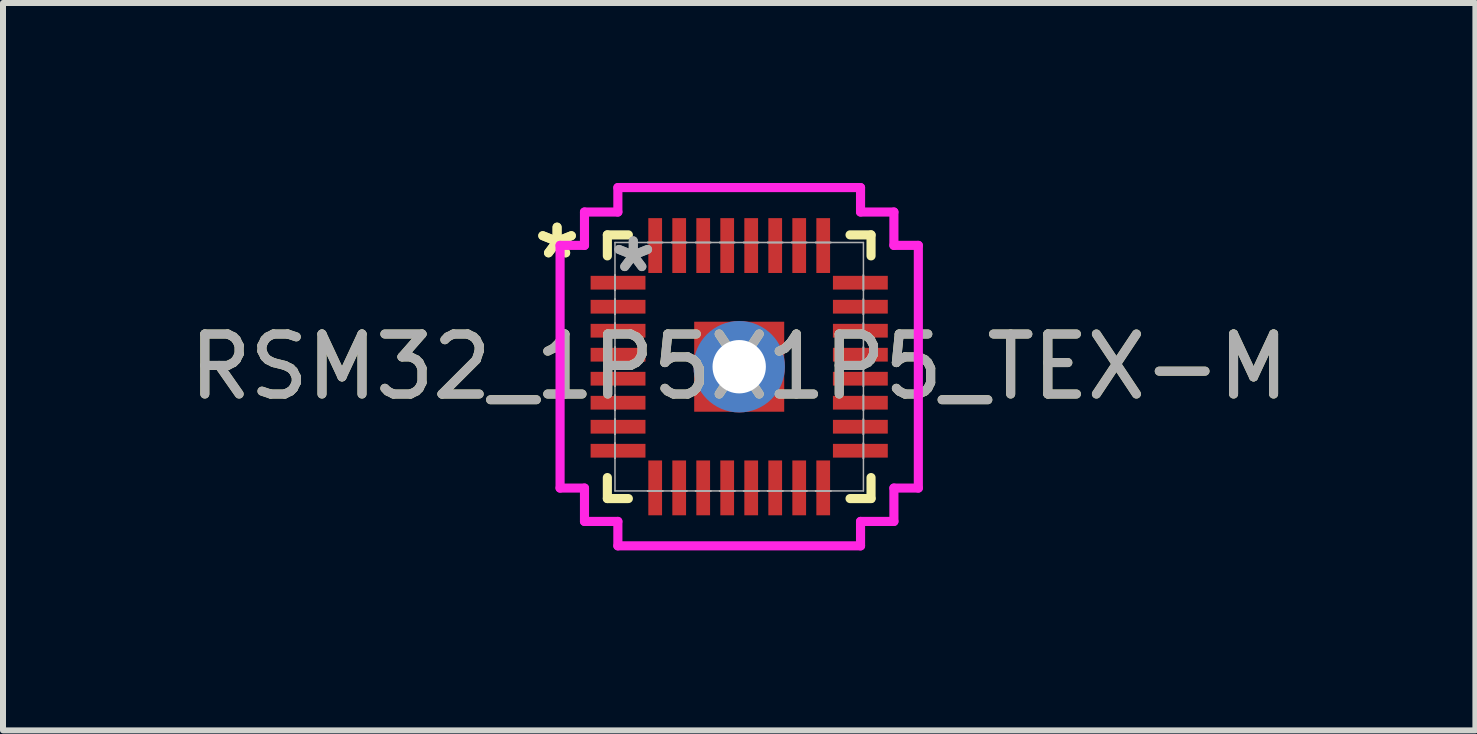
<source format=kicad_pcb>
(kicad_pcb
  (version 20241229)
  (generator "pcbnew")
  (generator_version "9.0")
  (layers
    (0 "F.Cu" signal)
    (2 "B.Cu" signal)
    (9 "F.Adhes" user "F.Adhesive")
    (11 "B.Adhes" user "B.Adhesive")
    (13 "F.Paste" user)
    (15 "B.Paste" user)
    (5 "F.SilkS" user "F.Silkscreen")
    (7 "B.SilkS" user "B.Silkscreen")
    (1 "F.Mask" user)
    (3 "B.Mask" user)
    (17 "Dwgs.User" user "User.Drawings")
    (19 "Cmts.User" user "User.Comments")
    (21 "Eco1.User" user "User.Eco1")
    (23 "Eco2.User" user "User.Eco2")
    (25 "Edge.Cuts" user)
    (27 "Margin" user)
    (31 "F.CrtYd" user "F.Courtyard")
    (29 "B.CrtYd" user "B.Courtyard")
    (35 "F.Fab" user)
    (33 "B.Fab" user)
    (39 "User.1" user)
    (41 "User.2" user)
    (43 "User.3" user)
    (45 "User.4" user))
  (footprint "RSM32_1P5X1P5_TEX-M"
    (layer "F.Cu")
    (at 9.268 3.061)
    (property "Reference" "RSM32_1P5X1P5_TEX-M" (at 0 0 0) (unlocked yes) (layer "F.SilkS") (effects (font (size 1 1) (thickness 0.15))))
    (attr smd)
    (fp_poly (pts (xy -0.814 -0.814) (xy -0.2 -0.814) (xy -0.2 0.814) (xy -0.814 0.814)) (stroke (width 0) (type solid)) (fill yes) (layer "F.Mask"))
    (fp_poly (pts (xy -0.814 -0.814) (xy 0.814 -0.814) (xy 0.814 -0.2) (xy -0.814 -0.2)) (stroke (width 0) (type solid)) (fill yes) (layer "F.Mask"))
    (fp_poly (pts (xy -0.814 0.2) (xy 0.814 0.2) (xy 0.814 0.814) (xy -0.814 0.814)) (stroke (width 0) (type solid)) (fill yes) (layer "F.Mask"))
    (fp_poly (pts (xy 0.2 -0.814) (xy 0.814 -0.814) (xy 0.814 0.814) (xy 0.2 0.814)) (stroke (width 0) (type solid)) (fill yes) (layer "F.Mask"))
    (fp_line (start -2.197 -2.197) (end -2.197 -1.847) (stroke (width 0.152) (type solid)) (layer "F.SilkS"))
    (fp_line (start -2.197 1.847) (end -2.197 2.197) (stroke (width 0.152) (type solid)) (layer "F.SilkS"))
    (fp_line (start -2.197 2.197) (end -1.847 2.197) (stroke (width 0.152) (type solid)) (layer "F.SilkS"))
    (fp_line (start -1.847 -2.197) (end -2.197 -2.197) (stroke (width 0.152) (type solid)) (layer "F.SilkS"))
    (fp_line (start 1.847 2.197) (end 2.197 2.197) (stroke (width 0.152) (type solid)) (layer "F.SilkS"))
    (fp_line (start 2.197 -2.197) (end 1.847 -2.197) (stroke (width 0.152) (type solid)) (layer "F.SilkS"))
    (fp_line (start 2.197 -1.847) (end 2.197 -2.197) (stroke (width 0.152) (type solid)) (layer "F.SilkS"))
    (fp_line (start 2.197 2.197) (end 2.197 1.847) (stroke (width 0.152) (type solid)) (layer "F.SilkS"))
    (fp_poly (pts (xy -0.675 -0.675) (xy -0.675 -0.1) (xy -0.241 -0.1) (xy -0.1 -0.241) (xy -0.1 -0.675)) (stroke (width 0) (type solid)) (fill yes) (layer "F.Paste"))
    (fp_poly (pts (xy -0.675 0.1) (xy -0.675 0.675) (xy -0.1 0.675) (xy -0.1 0.241) (xy -0.241 0.1)) (stroke (width 0) (type solid)) (fill yes) (layer "F.Paste"))
    (fp_poly (pts (xy 0.1 -0.675) (xy 0.1 -0.241) (xy 0.241 -0.1) (xy 0.675 -0.1) (xy 0.675 -0.675)) (stroke (width 0) (type solid)) (fill yes) (layer "F.Paste"))
    (fp_poly (pts (xy 0.241 0.1) (xy 0.1 0.241) (xy 0.1 0.675) (xy 0.675 0.675) (xy 0.675 0.1)) (stroke (width 0) (type solid)) (fill yes) (layer "F.Paste"))
    (fp_line (start -2.985 -2.022) (end -2.578 -2.022) (stroke (width 0.152) (type solid)) (layer "F.CrtYd"))
    (fp_line (start -2.985 2.022) (end -2.985 -2.022) (stroke (width 0.152) (type solid)) (layer "F.CrtYd"))
    (fp_line (start -2.578 -2.578) (end -2.022 -2.578) (stroke (width 0.152) (type solid)) (layer "F.CrtYd"))
    (fp_line (start -2.578 -2.022) (end -2.578 -2.578) (stroke (width 0.152) (type solid)) (layer "F.CrtYd"))
    (fp_line (start -2.578 2.022) (end -2.985 2.022) (stroke (width 0.152) (type solid)) (layer "F.CrtYd"))
    (fp_line (start -2.578 2.578) (end -2.578 2.022) (stroke (width 0.152) (type solid)) (layer "F.CrtYd"))
    (fp_line (start -2.022 -2.985) (end 2.022 -2.985) (stroke (width 0.152) (type solid)) (layer "F.CrtYd"))
    (fp_line (start -2.022 -2.578) (end -2.022 -2.985) (stroke (width 0.152) (type solid)) (layer "F.CrtYd"))
    (fp_line (start -2.022 2.578) (end -2.578 2.578) (stroke (width 0.152) (type solid)) (layer "F.CrtYd"))
    (fp_line (start -2.022 2.985) (end -2.022 2.578) (stroke (width 0.152) (type solid)) (layer "F.CrtYd"))
    (fp_line (start 2.022 -2.985) (end 2.022 -2.578) (stroke (width 0.152) (type solid)) (layer "F.CrtYd"))
    (fp_line (start 2.022 -2.578) (end 2.578 -2.578) (stroke (width 0.152) (type solid)) (layer "F.CrtYd"))
    (fp_line (start 2.022 2.578) (end 2.022 2.985) (stroke (width 0.152) (type solid)) (layer "F.CrtYd"))
    (fp_line (start 2.022 2.985) (end -2.022 2.985) (stroke (width 0.152) (type solid)) (layer "F.CrtYd"))
    (fp_line (start 2.578 -2.578) (end 2.578 -2.022) (stroke (width 0.152) (type solid)) (layer "F.CrtYd"))
    (fp_line (start 2.578 -2.022) (end 2.985 -2.022) (stroke (width 0.152) (type solid)) (layer "F.CrtYd"))
    (fp_line (start 2.578 2.022) (end 2.578 2.578) (stroke (width 0.152) (type solid)) (layer "F.CrtYd"))
    (fp_line (start 2.578 2.578) (end 2.022 2.578) (stroke (width 0.152) (type solid)) (layer "F.CrtYd"))
    (fp_line (start 2.985 -2.022) (end 2.985 2.022) (stroke (width 0.152) (type solid)) (layer "F.CrtYd"))
    (fp_line (start 2.985 2.022) (end 2.578 2.022) (stroke (width 0.152) (type solid)) (layer "F.CrtYd"))
    (fp_line (start -2.07 -2.07) (end -2.07 2.07) (stroke (width 0.025) (type solid)) (layer "F.Fab"))
    (fp_line (start -2.07 -1.527) (end -2.07 -1.527) (stroke (width 0.025) (type solid)) (layer "F.Fab"))
    (fp_line (start -2.07 -1.527) (end -2.07 -1.273) (stroke (width 0.025) (type solid)) (layer "F.Fab"))
    (fp_line (start -2.07 -1.273) (end -2.07 -1.527) (stroke (width 0.025) (type solid)) (layer "F.Fab"))
    (fp_line (start -2.07 -1.273) (end -2.07 -1.273) (stroke (width 0.025) (type solid)) (layer "F.Fab"))
    (fp_line (start -2.07 -1.127) (end -2.07 -1.127) (stroke (width 0.025) (type solid)) (layer "F.Fab"))
    (fp_line (start -2.07 -1.127) (end -2.07 -0.873) (stroke (width 0.025) (type solid)) (layer "F.Fab"))
    (fp_line (start -2.07 -0.873) (end -2.07 -1.127) (stroke (width 0.025) (type solid)) (layer "F.Fab"))
    (fp_line (start -2.07 -0.873) (end -2.07 -0.873) (stroke (width 0.025) (type solid)) (layer "F.Fab"))
    (fp_line (start -2.07 -0.727) (end -2.07 -0.727) (stroke (width 0.025) (type solid)) (layer "F.Fab"))
    (fp_line (start -2.07 -0.727) (end -2.07 -0.473) (stroke (width 0.025) (type solid)) (layer "F.Fab"))
    (fp_line (start -2.07 -0.473) (end -2.07 -0.727) (stroke (width 0.025) (type solid)) (layer "F.Fab"))
    (fp_line (start -2.07 -0.473) (end -2.07 -0.473) (stroke (width 0.025) (type solid)) (layer "F.Fab"))
    (fp_line (start -2.07 -0.327) (end -2.07 -0.327) (stroke (width 0.025) (type solid)) (layer "F.Fab"))
    (fp_line (start -2.07 -0.327) (end -2.07 -0.073) (stroke (width 0.025) (type solid)) (layer "F.Fab"))
    (fp_line (start -2.07 -0.073) (end -2.07 -0.327) (stroke (width 0.025) (type solid)) (layer "F.Fab"))
    (fp_line (start -2.07 -0.073) (end -2.07 -0.073) (stroke (width 0.025) (type solid)) (layer "F.Fab"))
    (fp_line (start -2.07 0.073) (end -2.07 0.073) (stroke (width 0.025) (type solid)) (layer "F.Fab"))
    (fp_line (start -2.07 0.073) (end -2.07 0.327) (stroke (width 0.025) (type solid)) (layer "F.Fab"))
    (fp_line (start -2.07 0.327) (end -2.07 0.073) (stroke (width 0.025) (type solid)) (layer "F.Fab"))
    (fp_line (start -2.07 0.327) (end -2.07 0.327) (stroke (width 0.025) (type solid)) (layer "F.Fab"))
    (fp_line (start -2.07 0.473) (end -2.07 0.473) (stroke (width 0.025) (type solid)) (layer "F.Fab"))
    (fp_line (start -2.07 0.473) (end -2.07 0.727) (stroke (width 0.025) (type solid)) (layer "F.Fab"))
    (fp_line (start -2.07 0.727) (end -2.07 0.473) (stroke (width 0.025) (type solid)) (layer "F.Fab"))
    (fp_line (start -2.07 0.727) (end -2.07 0.727) (stroke (width 0.025) (type solid)) (layer "F.Fab"))
    (fp_line (start -2.07 0.873) (end -2.07 0.873) (stroke (width 0.025) (type solid)) (layer "F.Fab"))
    (fp_line (start -2.07 0.873) (end -2.07 1.127) (stroke (width 0.025) (type solid)) (layer "F.Fab"))
    (fp_line (start -2.07 1.127) (end -2.07 0.873) (stroke (width 0.025) (type solid)) (layer "F.Fab"))
    (fp_line (start -2.07 1.127) (end -2.07 1.127) (stroke (width 0.025) (type solid)) (layer "F.Fab"))
    (fp_line (start -2.07 1.273) (end -2.07 1.273) (stroke (width 0.025) (type solid)) (layer "F.Fab"))
    (fp_line (start -2.07 1.273) (end -2.07 1.527) (stroke (width 0.025) (type solid)) (layer "F.Fab"))
    (fp_line (start -2.07 1.527) (end -2.07 1.273) (stroke (width 0.025) (type solid)) (layer "F.Fab"))
    (fp_line (start -2.07 1.527) (end -2.07 1.527) (stroke (width 0.025) (type solid)) (layer "F.Fab"))
    (fp_line (start -2.07 2.07) (end 2.07 2.07) (stroke (width 0.025) (type solid)) (layer "F.Fab"))
    (fp_line (start -1.527 -2.07) (end -1.527 -2.07) (stroke (width 0.025) (type solid)) (layer "F.Fab"))
    (fp_line (start -1.527 -2.07) (end -1.273 -2.07) (stroke (width 0.025) (type solid)) (layer "F.Fab"))
    (fp_line (start -1.527 2.07) (end -1.527 2.07) (stroke (width 0.025) (type solid)) (layer "F.Fab"))
    (fp_line (start -1.527 2.07) (end -1.273 2.07) (stroke (width 0.025) (type solid)) (layer "F.Fab"))
    (fp_line (start -1.273 -2.07) (end -1.527 -2.07) (stroke (width 0.025) (type solid)) (layer "F.Fab"))
    (fp_line (start -1.273 -2.07) (end -1.273 -2.07) (stroke (width 0.025) (type solid)) (layer "F.Fab"))
    (fp_line (start -1.273 2.07) (end -1.527 2.07) (stroke (width 0.025) (type solid)) (layer "F.Fab"))
    (fp_line (start -1.273 2.07) (end -1.273 2.07) (stroke (width 0.025) (type solid)) (layer "F.Fab"))
    (fp_line (start -1.127 -2.07) (end -1.127 -2.07) (stroke (width 0.025) (type solid)) (layer "F.Fab"))
    (fp_line (start -1.127 -2.07) (end -0.873 -2.07) (stroke (width 0.025) (type solid)) (layer "F.Fab"))
    (fp_line (start -1.127 2.07) (end -1.127 2.07) (stroke (width 0.025) (type solid)) (layer "F.Fab"))
    (fp_line (start -1.127 2.07) (end -0.873 2.07) (stroke (width 0.025) (type solid)) (layer "F.Fab"))
    (fp_line (start -0.873 -2.07) (end -1.127 -2.07) (stroke (width 0.025) (type solid)) (layer "F.Fab"))
    (fp_line (start -0.873 -2.07) (end -0.873 -2.07) (stroke (width 0.025) (type solid)) (layer "F.Fab"))
    (fp_line (start -0.873 2.07) (end -1.127 2.07) (stroke (width 0.025) (type solid)) (layer "F.Fab"))
    (fp_line (start -0.873 2.07) (end -0.873 2.07) (stroke (width 0.025) (type solid)) (layer "F.Fab"))
    (fp_line (start -0.727 -2.07) (end -0.727 -2.07) (stroke (width 0.025) (type solid)) (layer "F.Fab"))
    (fp_line (start -0.727 -2.07) (end -0.473 -2.07) (stroke (width 0.025) (type solid)) (layer "F.Fab"))
    (fp_line (start -0.727 2.07) (end -0.727 2.07) (stroke (width 0.025) (type solid)) (layer "F.Fab"))
    (fp_line (start -0.727 2.07) (end -0.473 2.07) (stroke (width 0.025) (type solid)) (layer "F.Fab"))
    (fp_line (start -0.473 -2.07) (end -0.727 -2.07) (stroke (width 0.025) (type solid)) (layer "F.Fab"))
    (fp_line (start -0.473 -2.07) (end -0.473 -2.07) (stroke (width 0.025) (type solid)) (layer "F.Fab"))
    (fp_line (start -0.473 2.07) (end -0.727 2.07) (stroke (width 0.025) (type solid)) (layer "F.Fab"))
    (fp_line (start -0.473 2.07) (end -0.473 2.07) (stroke (width 0.025) (type solid)) (layer "F.Fab"))
    (fp_line (start -0.327 -2.07) (end -0.327 -2.07) (stroke (width 0.025) (type solid)) (layer "F.Fab"))
    (fp_line (start -0.327 -2.07) (end -0.073 -2.07) (stroke (width 0.025) (type solid)) (layer "F.Fab"))
    (fp_line (start -0.327 2.07) (end -0.327 2.07) (stroke (width 0.025) (type solid)) (layer "F.Fab"))
    (fp_line (start -0.327 2.07) (end -0.073 2.07) (stroke (width 0.025) (type solid)) (layer "F.Fab"))
    (fp_line (start -0.073 -2.07) (end -0.327 -2.07) (stroke (width 0.025) (type solid)) (layer "F.Fab"))
    (fp_line (start -0.073 -2.07) (end -0.073 -2.07) (stroke (width 0.025) (type solid)) (layer "F.Fab"))
    (fp_line (start -0.073 2.07) (end -0.327 2.07) (stroke (width 0.025) (type solid)) (layer "F.Fab"))
    (fp_line (start -0.073 2.07) (end -0.073 2.07) (stroke (width 0.025) (type solid)) (layer "F.Fab"))
    (fp_line (start 0.073 -2.07) (end 0.073 -2.07) (stroke (width 0.025) (type solid)) (layer "F.Fab"))
    (fp_line (start 0.073 -2.07) (end 0.327 -2.07) (stroke (width 0.025) (type solid)) (layer "F.Fab"))
    (fp_line (start 0.073 2.07) (end 0.073 2.07) (stroke (width 0.025) (type solid)) (layer "F.Fab"))
    (fp_line (start 0.073 2.07) (end 0.327 2.07) (stroke (width 0.025) (type solid)) (layer "F.Fab"))
    (fp_line (start 0.327 -2.07) (end 0.073 -2.07) (stroke (width 0.025) (type solid)) (layer "F.Fab"))
    (fp_line (start 0.327 -2.07) (end 0.327 -2.07) (stroke (width 0.025) (type solid)) (layer "F.Fab"))
    (fp_line (start 0.327 2.07) (end 0.073 2.07) (stroke (width 0.025) (type solid)) (layer "F.Fab"))
    (fp_line (start 0.327 2.07) (end 0.327 2.07) (stroke (width 0.025) (type solid)) (layer "F.Fab"))
    (fp_line (start 0.473 -2.07) (end 0.473 -2.07) (stroke (width 0.025) (type solid)) (layer "F.Fab"))
    (fp_line (start 0.473 -2.07) (end 0.727 -2.07) (stroke (width 0.025) (type solid)) (layer "F.Fab"))
    (fp_line (start 0.473 2.07) (end 0.473 2.07) (stroke (width 0.025) (type solid)) (layer "F.Fab"))
    (fp_line (start 0.473 2.07) (end 0.727 2.07) (stroke (width 0.025) (type solid)) (layer "F.Fab"))
    (fp_line (start 0.727 -2.07) (end 0.473 -2.07) (stroke (width 0.025) (type solid)) (layer "F.Fab"))
    (fp_line (start 0.727 -2.07) (end 0.727 -2.07) (stroke (width 0.025) (type solid)) (layer "F.Fab"))
    (fp_line (start 0.727 2.07) (end 0.473 2.07) (stroke (width 0.025) (type solid)) (layer "F.Fab"))
    (fp_line (start 0.727 2.07) (end 0.727 2.07) (stroke (width 0.025) (type solid)) (layer "F.Fab"))
    (fp_line (start 0.873 -2.07) (end 0.873 -2.07) (stroke (width 0.025) (type solid)) (layer "F.Fab"))
    (fp_line (start 0.873 -2.07) (end 1.127 -2.07) (stroke (width 0.025) (type solid)) (layer "F.Fab"))
    (fp_line (start 0.873 2.07) (end 0.873 2.07) (stroke (width 0.025) (type solid)) (layer "F.Fab"))
    (fp_line (start 0.873 2.07) (end 1.127 2.07) (stroke (width 0.025) (type solid)) (layer "F.Fab"))
    (fp_line (start 1.127 -2.07) (end 0.873 -2.07) (stroke (width 0.025) (type solid)) (layer "F.Fab"))
    (fp_line (start 1.127 -2.07) (end 1.127 -2.07) (stroke (width 0.025) (type solid)) (layer "F.Fab"))
    (fp_line (start 1.127 2.07) (end 0.873 2.07) (stroke (width 0.025) (type solid)) (layer "F.Fab"))
    (fp_line (start 1.127 2.07) (end 1.127 2.07) (stroke (width 0.025) (type solid)) (layer "F.Fab"))
    (fp_line (start 1.273 -2.07) (end 1.273 -2.07) (stroke (width 0.025) (type solid)) (layer "F.Fab"))
    (fp_line (start 1.273 -2.07) (end 1.527 -2.07) (stroke (width 0.025) (type solid)) (layer "F.Fab"))
    (fp_line (start 1.273 2.07) (end 1.273 2.07) (stroke (width 0.025) (type solid)) (layer "F.Fab"))
    (fp_line (start 1.273 2.07) (end 1.527 2.07) (stroke (width 0.025) (type solid)) (layer "F.Fab"))
    (fp_line (start 1.527 -2.07) (end 1.273 -2.07) (stroke (width 0.025) (type solid)) (layer "F.Fab"))
    (fp_line (start 1.527 -2.07) (end 1.527 -2.07) (stroke (width 0.025) (type solid)) (layer "F.Fab"))
    (fp_line (start 1.527 2.07) (end 1.273 2.07) (stroke (width 0.025) (type solid)) (layer "F.Fab"))
    (fp_line (start 1.527 2.07) (end 1.527 2.07) (stroke (width 0.025) (type solid)) (layer "F.Fab"))
    (fp_line (start 2.07 -2.07) (end -2.07 -2.07) (stroke (width 0.025) (type solid)) (layer "F.Fab"))
    (fp_line (start 2.07 -1.527) (end 2.07 -1.527) (stroke (width 0.025) (type solid)) (layer "F.Fab"))
    (fp_line (start 2.07 -1.527) (end 2.07 -1.273) (stroke (width 0.025) (type solid)) (layer "F.Fab"))
    (fp_line (start 2.07 -1.273) (end 2.07 -1.527) (stroke (width 0.025) (type solid)) (layer "F.Fab"))
    (fp_line (start 2.07 -1.273) (end 2.07 -1.273) (stroke (width 0.025) (type solid)) (layer "F.Fab"))
    (fp_line (start 2.07 -1.127) (end 2.07 -1.127) (stroke (width 0.025) (type solid)) (layer "F.Fab"))
    (fp_line (start 2.07 -1.127) (end 2.07 -0.873) (stroke (width 0.025) (type solid)) (layer "F.Fab"))
    (fp_line (start 2.07 -0.873) (end 2.07 -1.127) (stroke (width 0.025) (type solid)) (layer "F.Fab"))
    (fp_line (start 2.07 -0.873) (end 2.07 -0.873) (stroke (width 0.025) (type solid)) (layer "F.Fab"))
    (fp_line (start 2.07 -0.727) (end 2.07 -0.727) (stroke (width 0.025) (type solid)) (layer "F.Fab"))
    (fp_line (start 2.07 -0.727) (end 2.07 -0.473) (stroke (width 0.025) (type solid)) (layer "F.Fab"))
    (fp_line (start 2.07 -0.473) (end 2.07 -0.727) (stroke (width 0.025) (type solid)) (layer "F.Fab"))
    (fp_line (start 2.07 -0.473) (end 2.07 -0.473) (stroke (width 0.025) (type solid)) (layer "F.Fab"))
    (fp_line (start 2.07 -0.327) (end 2.07 -0.327) (stroke (width 0.025) (type solid)) (layer "F.Fab"))
    (fp_line (start 2.07 -0.327) (end 2.07 -0.073) (stroke (width 0.025) (type solid)) (layer "F.Fab"))
    (fp_line (start 2.07 -0.073) (end 2.07 -0.327) (stroke (width 0.025) (type solid)) (layer "F.Fab"))
    (fp_line (start 2.07 -0.073) (end 2.07 -0.073) (stroke (width 0.025) (type solid)) (layer "F.Fab"))
    (fp_line (start 2.07 0.073) (end 2.07 0.073) (stroke (width 0.025) (type solid)) (layer "F.Fab"))
    (fp_line (start 2.07 0.073) (end 2.07 0.327) (stroke (width 0.025) (type solid)) (layer "F.Fab"))
    (fp_line (start 2.07 0.327) (end 2.07 0.073) (stroke (width 0.025) (type solid)) (layer "F.Fab"))
    (fp_line (start 2.07 0.327) (end 2.07 0.327) (stroke (width 0.025) (type solid)) (layer "F.Fab"))
    (fp_line (start 2.07 0.473) (end 2.07 0.473) (stroke (width 0.025) (type solid)) (layer "F.Fab"))
    (fp_line (start 2.07 0.473) (end 2.07 0.727) (stroke (width 0.025) (type solid)) (layer "F.Fab"))
    (fp_line (start 2.07 0.727) (end 2.07 0.473) (stroke (width 0.025) (type solid)) (layer "F.Fab"))
    (fp_line (start 2.07 0.727) (end 2.07 0.727) (stroke (width 0.025) (type solid)) (layer "F.Fab"))
    (fp_line (start 2.07 0.873) (end 2.07 0.873) (stroke (width 0.025) (type solid)) (layer "F.Fab"))
    (fp_line (start 2.07 0.873) (end 2.07 1.127) (stroke (width 0.025) (type solid)) (layer "F.Fab"))
    (fp_line (start 2.07 1.127) (end 2.07 0.873) (stroke (width 0.025) (type solid)) (layer "F.Fab"))
    (fp_line (start 2.07 1.127) (end 2.07 1.127) (stroke (width 0.025) (type solid)) (layer "F.Fab"))
    (fp_line (start 2.07 1.273) (end 2.07 1.273) (stroke (width 0.025) (type solid)) (layer "F.Fab"))
    (fp_line (start 2.07 1.273) (end 2.07 1.527) (stroke (width 0.025) (type solid)) (layer "F.Fab"))
    (fp_line (start 2.07 1.527) (end 2.07 1.273) (stroke (width 0.025) (type solid)) (layer "F.Fab"))
    (fp_line (start 2.07 1.527) (end 2.07 1.527) (stroke (width 0.025) (type solid)) (layer "F.Fab"))
    (fp_line (start 2.07 2.07) (end 2.07 -2.07) (stroke (width 0.025) (type solid)) (layer "F.Fab"))
    (fp_text user "*" (at -3.035 -1.781 0) (unlocked yes) (layer "F.SilkS") (effects (font (size 1 1) (thickness 0.15))))
    (fp_text user "*" (at -3.035 -1.781 0) (layer "F.SilkS") (effects (font (size 1 1) (thickness 0.15))))
    (fp_text user "*" (at -1.765 -1.552 0) (layer "F.Fab") (effects (font (size 1 1) (thickness 0.15))))
    (fp_text user "*" (at -1.765 -1.552 0) (unlocked yes) (layer "F.Fab") (effects (font (size 1 1) (thickness 0.15))))
    (fp_text user "${REFERENCE}" (at 0 0 0) (unlocked yes) (layer "F.Fab") (effects (font (size 1 1) (thickness 0.15))))
    (pad "1" smd rect (at 1.4 -2.019) (size 0.229 0.914) (layers "F.Cu" "F.Mask" "F.Paste"))
    (pad "2" smd rect (at 1 -2.019) (size 0.229 0.914) (layers "F.Cu" "F.Mask" "F.Paste"))
    (pad "3" smd rect (at 0.6 -2.019) (size 0.229 0.914) (layers "F.Cu" "F.Mask" "F.Paste"))
    (pad "4" smd rect (at 0.2 -2.019) (size 0.229 0.914) (layers "F.Cu" "F.Mask" "F.Paste"))
    (pad "5" smd rect (at -0.2 -2.019) (size 0.229 0.914) (layers "F.Cu" "F.Mask" "F.Paste"))
    (pad "6" smd rect (at -0.6 -2.019) (size 0.229 0.914) (layers "F.Cu" "F.Mask" "F.Paste"))
    (pad "7" smd rect (at -1 -2.019) (size 0.229 0.914) (layers "F.Cu" "F.Mask" "F.Paste"))
    (pad "8" smd rect (at -1.4 -2.019) (size 0.229 0.914) (layers "F.Cu" "F.Mask" "F.Paste"))
    (pad "9" smd rect (at -2.019 -1.4 90) (size 0.229 0.914) (layers "F.Cu" "F.Mask" "F.Paste"))
    (pad "10" smd rect (at -2.019 -1 90) (size 0.229 0.914) (layers "F.Cu" "F.Mask" "F.Paste"))
    (pad "11" smd rect (at -2.019 -0.6 90) (size 0.229 0.914) (layers "F.Cu" "F.Mask" "F.Paste"))
    (pad "12" smd rect (at -2.019 -0.2 90) (size 0.229 0.914) (layers "F.Cu" "F.Mask" "F.Paste"))
    (pad "13" smd rect (at -2.019 0.2 90) (size 0.229 0.914) (layers "F.Cu" "F.Mask" "F.Paste"))
    (pad "14" smd rect (at -2.019 0.6 90) (size 0.229 0.914) (layers "F.Cu" "F.Mask" "F.Paste"))
    (pad "15" smd rect (at -2.019 1 90) (size 0.229 0.914) (layers "F.Cu" "F.Mask" "F.Paste"))
    (pad "16" smd rect (at -2.019 1.4 90) (size 0.229 0.914) (layers "F.Cu" "F.Mask" "F.Paste"))
    (pad "17" smd rect (at -1.4 2.019) (size 0.229 0.914) (layers "F.Cu" "F.Mask" "F.Paste"))
    (pad "18" smd rect (at -1 2.019) (size 0.229 0.914) (layers "F.Cu" "F.Mask" "F.Paste"))
    (pad "19" smd rect (at -0.6 2.019) (size 0.229 0.914) (layers "F.Cu" "F.Mask" "F.Paste"))
    (pad "20" smd rect (at -0.2 2.019) (size 0.229 0.914) (layers "F.Cu" "F.Mask" "F.Paste"))
    (pad "21" smd rect (at 0.2 2.019) (size 0.229 0.914) (layers "F.Cu" "F.Mask" "F.Paste"))
    (pad "22" smd rect (at 0.6 2.019) (size 0.229 0.914) (layers "F.Cu" "F.Mask" "F.Paste"))
    (pad "23" smd rect (at 1 2.019) (size 0.229 0.914) (layers "F.Cu" "F.Mask" "F.Paste"))
    (pad "24" smd rect (at 1.4 2.019) (size 0.229 0.914) (layers "F.Cu" "F.Mask" "F.Paste"))
    (pad "25" smd rect (at 2.019 1.4 90) (size 0.229 0.914) (layers "F.Cu" "F.Mask" "F.Paste"))
    (pad "26" smd rect (at 2.019 1 90) (size 0.229 0.914) (layers "F.Cu" "F.Mask" "F.Paste"))
    (pad "27" smd rect (at 2.019 0.6 90) (size 0.229 0.914) (layers "F.Cu" "F.Mask" "F.Paste"))
    (pad "28" smd rect (at 2.019 0.2 90) (size 0.229 0.914) (layers "F.Cu" "F.Mask" "F.Paste"))
    (pad "29" smd rect (at 2.019 -0.2 90) (size 0.229 0.914) (layers "F.Cu" "F.Mask" "F.Paste"))
    (pad "30" smd rect (at 2.019 -0.6 90) (size 0.229 0.914) (layers "F.Cu" "F.Mask" "F.Paste"))
    (pad "31" smd rect (at 2.019 -1 90) (size 0.229 0.914) (layers "F.Cu" "F.Mask" "F.Paste"))
    (pad "32" smd rect (at 2.019 -1.4 90) (size 0.229 0.914) (layers "F.Cu" "F.Mask" "F.Paste"))
    (pad "HTAB" smd rect (at 0 0) (size 1.5 1.5) (layers "F.Cu"))
    (pad "V" thru_hole circle (at 0 0) (size 1.524 1.524) (drill 0.889) (layers "*.Cu" "*.Mask")))
  (gr_rect
    (start -3 -3)
    (end 21.536 9.121)
    (stroke (width 0.1) (type default))
    (fill no)
    (layer "Edge.Cuts")))
</source>
